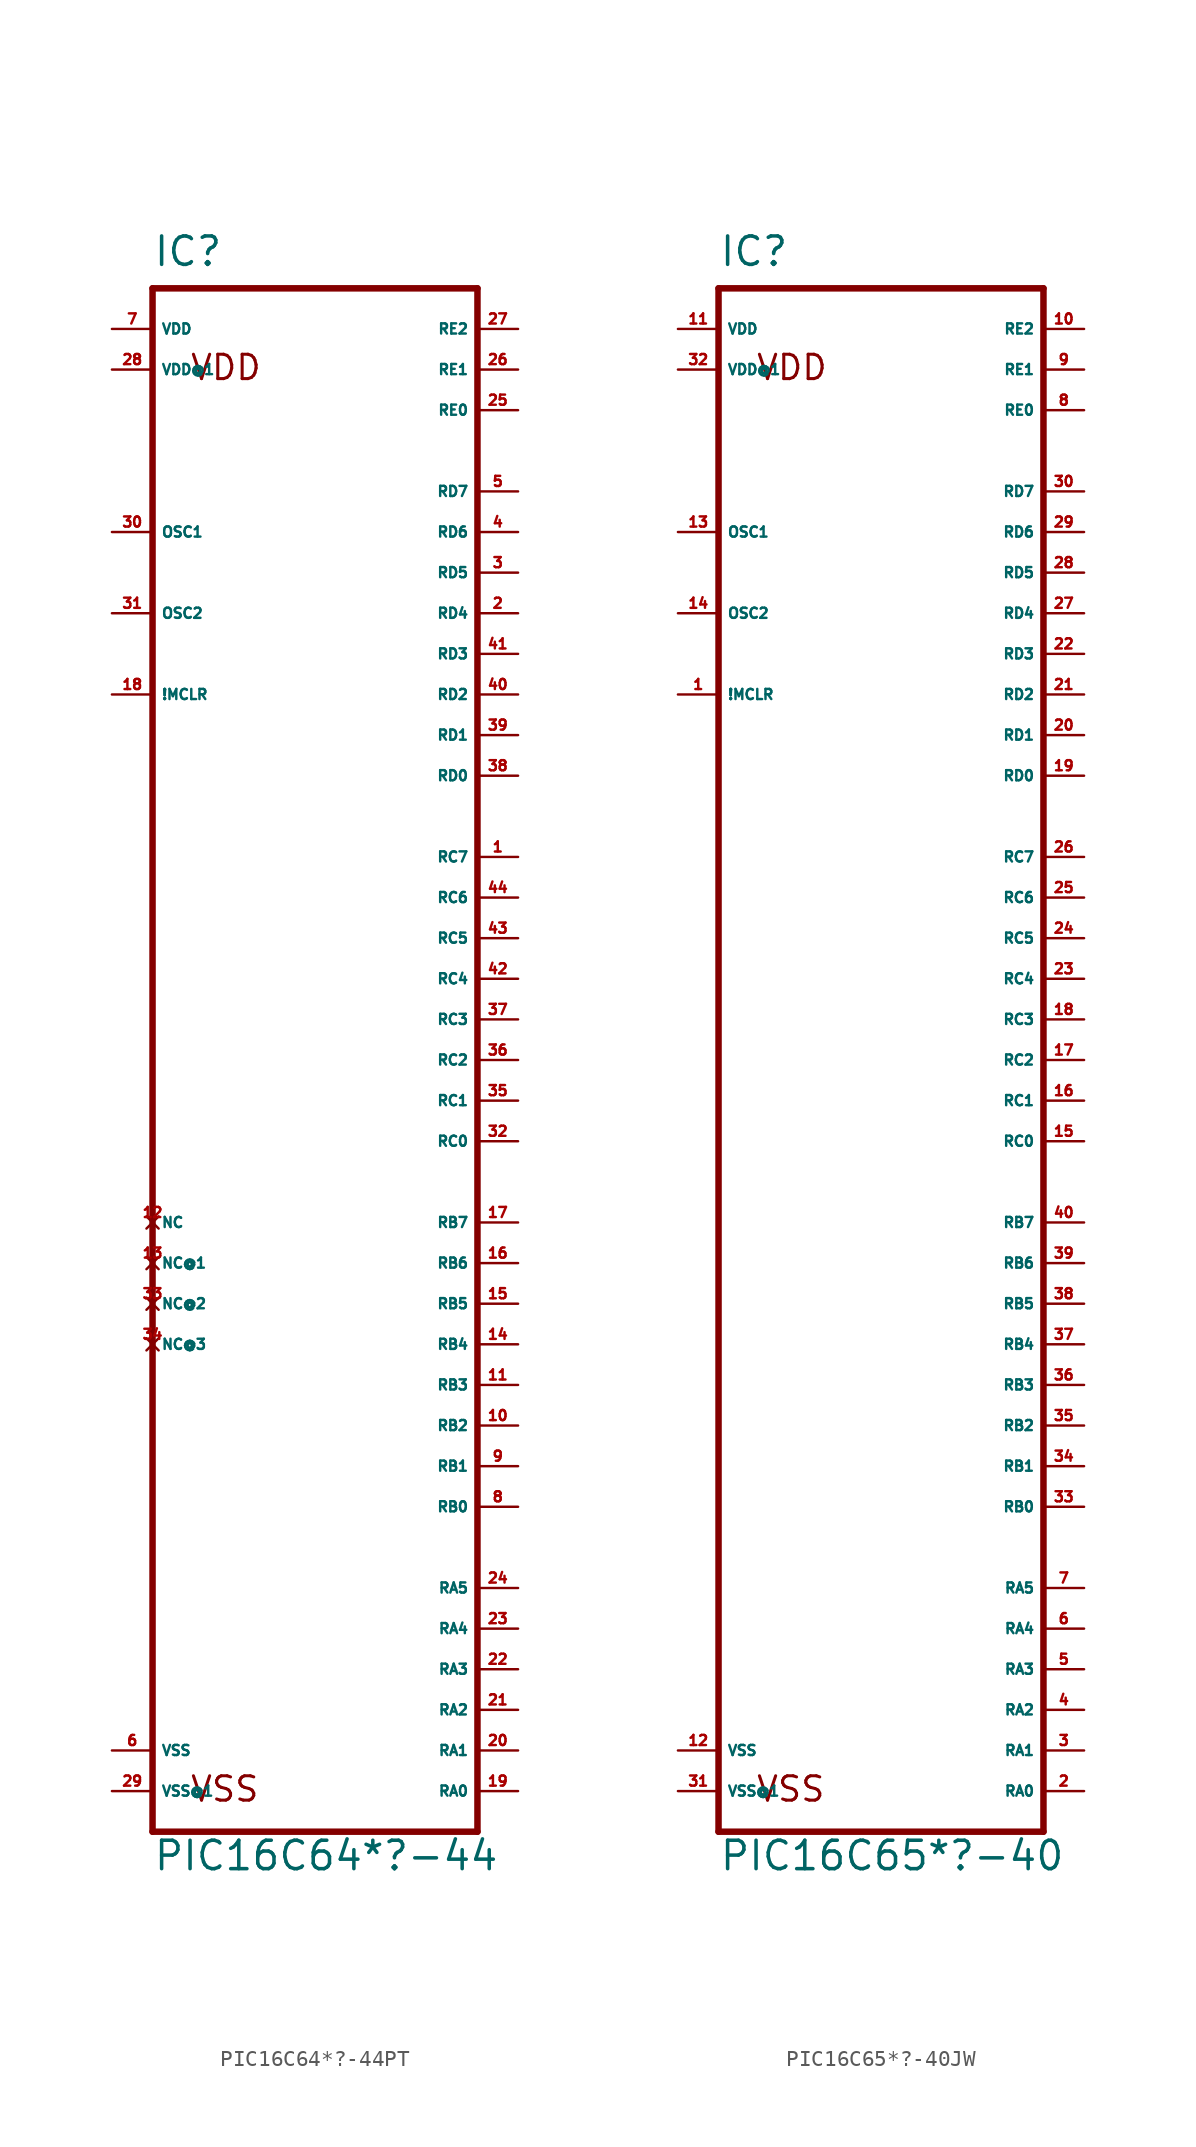
<source format=kicad_sym>
(kicad_symbol_lib
  (version 20220914)
  (generator Eagle2Kicad)
  (symbol "PIC16C64*?-44PT"
    (property "Reference" "IC"
      (at -10.16 44.45 0)
      (effects (font (size 1.778 1.778) (thickness 0.22)) (justify left bottom)))
    (property "Value" "PIC16C64*?-44"
      (at -10.16 -55.88 0)
      (effects (font (size 1.778 1.778) (thickness 0.22)) (justify left bottom)))
    (polyline
      (pts (xy -10.16 -53.34) (xy 10.16 -53.34))
      (stroke (width 0.406) (type default))
      (fill (type none)))
    (polyline
      (pts (xy 10.16 -53.34) (xy 10.16 43.18))
      (stroke (width 0.406) (type default))
      (fill (type none)))
    (polyline
      (pts (xy 10.16 43.18) (xy -10.16 43.18))
      (stroke (width 0.406) (type default))
      (fill (type none)))
    (polyline
      (pts (xy -10.16 43.18) (xy -10.16 -53.34))
      (stroke (width 0.406) (type default))
      (fill (type none)))
    (text "VDD"
      (at -7.874 37.338 0)
      (effects (font (size 1.524 1.524) (thickness 0.19)) (justify left bottom)))
    (text "VSS"
      (at -7.874 -51.562 0)
      (effects (font (size 1.524 1.524) (thickness 0.19)) (justify left bottom)))
    (pin input line
      (at -12.7 17.78 0)
      (length 2.54)
      (name "!MCLR" (effects (font (size 0.635 0.635) (thickness 0.08)) (justify left bottom)))
      (number "18" (effects (font (size 0.635 0.635) (thickness 0.08)) (justify left bottom))))
    (pin input line
      (at -12.7 27.94 0)
      (length 2.54)
      (name "OSC1" (effects (font (size 0.635 0.635) (thickness 0.08)) (justify left bottom)))
      (number "30" (effects (font (size 0.635 0.635) (thickness 0.08)) (justify left bottom))))
    (pin bidirectional line
      (at 12.7 -50.8 180)
      (length 2.54)
      (name "RA0" (effects (font (size 0.635 0.635) (thickness 0.08)) (justify left bottom)))
      (number "19" (effects (font (size 0.635 0.635) (thickness 0.08)) (justify left bottom))))
    (pin bidirectional line
      (at 12.7 -48.26 180)
      (length 2.54)
      (name "RA1" (effects (font (size 0.635 0.635) (thickness 0.08)) (justify left bottom)))
      (number "20" (effects (font (size 0.635 0.635) (thickness 0.08)) (justify left bottom))))
    (pin bidirectional line
      (at 12.7 -45.72 180)
      (length 2.54)
      (name "RA2" (effects (font (size 0.635 0.635) (thickness 0.08)) (justify left bottom)))
      (number "21" (effects (font (size 0.635 0.635) (thickness 0.08)) (justify left bottom))))
    (pin bidirectional line
      (at 12.7 -43.18 180)
      (length 2.54)
      (name "RA3" (effects (font (size 0.635 0.635) (thickness 0.08)) (justify left bottom)))
      (number "22" (effects (font (size 0.635 0.635) (thickness 0.08)) (justify left bottom))))
    (pin bidirectional line
      (at 12.7 -30.48 180)
      (length 2.54)
      (name "RB1" (effects (font (size 0.635 0.635) (thickness 0.08)) (justify left bottom)))
      (number "9" (effects (font (size 0.635 0.635) (thickness 0.08)) (justify left bottom))))
    (pin bidirectional line
      (at 12.7 -27.94 180)
      (length 2.54)
      (name "RB2" (effects (font (size 0.635 0.635) (thickness 0.08)) (justify left bottom)))
      (number "10" (effects (font (size 0.635 0.635) (thickness 0.08)) (justify left bottom))))
    (pin bidirectional line
      (at 12.7 -25.4 180)
      (length 2.54)
      (name "RB3" (effects (font (size 0.635 0.635) (thickness 0.08)) (justify left bottom)))
      (number "11" (effects (font (size 0.635 0.635) (thickness 0.08)) (justify left bottom))))
    (pin bidirectional line
      (at 12.7 -38.1 180)
      (length 2.54)
      (name "RA5" (effects (font (size 0.635 0.635) (thickness 0.08)) (justify left bottom)))
      (number "24" (effects (font (size 0.635 0.635) (thickness 0.08)) (justify left bottom))))
    (pin bidirectional line
      (at 12.7 -22.86 180)
      (length 2.54)
      (name "RB4" (effects (font (size 0.635 0.635) (thickness 0.08)) (justify left bottom)))
      (number "14" (effects (font (size 0.635 0.635) (thickness 0.08)) (justify left bottom))))
    (pin bidirectional line
      (at 12.7 -20.32 180)
      (length 2.54)
      (name "RB5" (effects (font (size 0.635 0.635) (thickness 0.08)) (justify left bottom)))
      (number "15" (effects (font (size 0.635 0.635) (thickness 0.08)) (justify left bottom))))
    (pin bidirectional line
      (at 12.7 -17.78 180)
      (length 2.54)
      (name "RB6" (effects (font (size 0.635 0.635) (thickness 0.08)) (justify left bottom)))
      (number "16" (effects (font (size 0.635 0.635) (thickness 0.08)) (justify left bottom))))
    (pin bidirectional line
      (at 12.7 -15.24 180)
      (length 2.54)
      (name "RB7" (effects (font (size 0.635 0.635) (thickness 0.08)) (justify left bottom)))
      (number "17" (effects (font (size 0.635 0.635) (thickness 0.08)) (justify left bottom))))
    (pin bidirectional line
      (at 12.7 -10.16 180)
      (length 2.54)
      (name "RC0" (effects (font (size 0.635 0.635) (thickness 0.08)) (justify left bottom)))
      (number "32" (effects (font (size 0.635 0.635) (thickness 0.08)) (justify left bottom))))
    (pin bidirectional line
      (at 12.7 -7.62 180)
      (length 2.54)
      (name "RC1" (effects (font (size 0.635 0.635) (thickness 0.08)) (justify left bottom)))
      (number "35" (effects (font (size 0.635 0.635) (thickness 0.08)) (justify left bottom))))
    (pin bidirectional line
      (at 12.7 -5.08 180)
      (length 2.54)
      (name "RC2" (effects (font (size 0.635 0.635) (thickness 0.08)) (justify left bottom)))
      (number "36" (effects (font (size 0.635 0.635) (thickness 0.08)) (justify left bottom))))
    (pin bidirectional line
      (at 12.7 -2.54 180)
      (length 2.54)
      (name "RC3" (effects (font (size 0.635 0.635) (thickness 0.08)) (justify left bottom)))
      (number "37" (effects (font (size 0.635 0.635) (thickness 0.08)) (justify left bottom))))
    (pin bidirectional line
      (at 12.7 12.7 180)
      (length 2.54)
      (name "RD0" (effects (font (size 0.635 0.635) (thickness 0.08)) (justify left bottom)))
      (number "38" (effects (font (size 0.635 0.635) (thickness 0.08)) (justify left bottom))))
    (pin bidirectional line
      (at 12.7 15.24 180)
      (length 2.54)
      (name "RD1" (effects (font (size 0.635 0.635) (thickness 0.08)) (justify left bottom)))
      (number "39" (effects (font (size 0.635 0.635) (thickness 0.08)) (justify left bottom))))
    (pin bidirectional line
      (at 12.7 17.78 180)
      (length 2.54)
      (name "RD2" (effects (font (size 0.635 0.635) (thickness 0.08)) (justify left bottom)))
      (number "40" (effects (font (size 0.635 0.635) (thickness 0.08)) (justify left bottom))))
    (pin bidirectional line
      (at 12.7 20.32 180)
      (length 2.54)
      (name "RD3" (effects (font (size 0.635 0.635) (thickness 0.08)) (justify left bottom)))
      (number "41" (effects (font (size 0.635 0.635) (thickness 0.08)) (justify left bottom))))
    (pin bidirectional line
      (at 12.7 22.86 180)
      (length 2.54)
      (name "RD4" (effects (font (size 0.635 0.635) (thickness 0.08)) (justify left bottom)))
      (number "2" (effects (font (size 0.635 0.635) (thickness 0.08)) (justify left bottom))))
    (pin bidirectional line
      (at 12.7 25.4 180)
      (length 2.54)
      (name "RD5" (effects (font (size 0.635 0.635) (thickness 0.08)) (justify left bottom)))
      (number "3" (effects (font (size 0.635 0.635) (thickness 0.08)) (justify left bottom))))
    (pin bidirectional line
      (at 12.7 27.94 180)
      (length 2.54)
      (name "RD6" (effects (font (size 0.635 0.635) (thickness 0.08)) (justify left bottom)))
      (number "4" (effects (font (size 0.635 0.635) (thickness 0.08)) (justify left bottom))))
    (pin bidirectional line
      (at 12.7 30.48 180)
      (length 2.54)
      (name "RD7" (effects (font (size 0.635 0.635) (thickness 0.08)) (justify left bottom)))
      (number "5" (effects (font (size 0.635 0.635) (thickness 0.08)) (justify left bottom))))
    (pin bidirectional line
      (at 12.7 35.56 180)
      (length 2.54)
      (name "RE0" (effects (font (size 0.635 0.635) (thickness 0.08)) (justify left bottom)))
      (number "25" (effects (font (size 0.635 0.635) (thickness 0.08)) (justify left bottom))))
    (pin bidirectional line
      (at 12.7 38.1 180)
      (length 2.54)
      (name "RE1" (effects (font (size 0.635 0.635) (thickness 0.08)) (justify left bottom)))
      (number "26" (effects (font (size 0.635 0.635) (thickness 0.08)) (justify left bottom))))
    (pin bidirectional line
      (at 12.7 40.64 180)
      (length 2.54)
      (name "RE2" (effects (font (size 0.635 0.635) (thickness 0.08)) (justify left bottom)))
      (number "27" (effects (font (size 0.635 0.635) (thickness 0.08)) (justify left bottom))))
    (pin no_connect line
      (at -10.16 -15.24 0)
      (length 0)
      (name "NC" (effects (font (size 0.635 0.635) (thickness 0.08)) (justify left bottom) hide))
      (number "12" (effects (font (size 0.635 0.635) (thickness 0.08)) (justify left bottom) hide)))
    (pin no_connect line
      (at -10.16 -17.78 0)
      (length 0)
      (name "NC@1" (effects (font (size 0.635 0.635) (thickness 0.08)) (justify left bottom) hide))
      (number "13" (effects (font (size 0.635 0.635) (thickness 0.08)) (justify left bottom) hide)))
    (pin no_connect line
      (at -10.16 -20.32 0)
      (length 0)
      (name "NC@2" (effects (font (size 0.635 0.635) (thickness 0.08)) (justify left bottom) hide))
      (number "33" (effects (font (size 0.635 0.635) (thickness 0.08)) (justify left bottom) hide)))
    (pin no_connect line
      (at -10.16 -22.86 0)
      (length 0)
      (name "NC@3" (effects (font (size 0.635 0.635) (thickness 0.08)) (justify left bottom) hide))
      (number "34" (effects (font (size 0.635 0.635) (thickness 0.08)) (justify left bottom) hide)))
    (pin unspecified line
      (at -12.7 40.64 0)
      (length 2.54)
      (name "VDD" (effects (font (size 0.635 0.635) (thickness 0.08)) (justify left bottom)))
      (number "7" (effects (font (size 0.635 0.635) (thickness 0.08)) (justify left bottom))))
    (pin unspecified line
      (at -12.7 38.1 0)
      (length 2.54)
      (name "VDD@1" (effects (font (size 0.635 0.635) (thickness 0.08)) (justify left bottom)))
      (number "28" (effects (font (size 0.635 0.635) (thickness 0.08)) (justify left bottom))))
    (pin unspecified line
      (at -12.7 -48.26 0)
      (length 2.54)
      (name "VSS" (effects (font (size 0.635 0.635) (thickness 0.08)) (justify left bottom)))
      (number "6" (effects (font (size 0.635 0.635) (thickness 0.08)) (justify left bottom))))
    (pin unspecified line
      (at -12.7 -50.8 0)
      (length 2.54)
      (name "VSS@1" (effects (font (size 0.635 0.635) (thickness 0.08)) (justify left bottom)))
      (number "29" (effects (font (size 0.635 0.635) (thickness 0.08)) (justify left bottom))))
    (pin bidirectional line
      (at 12.7 0 180)
      (length 2.54)
      (name "RC4" (effects (font (size 0.635 0.635) (thickness 0.08)) (justify left bottom)))
      (number "42" (effects (font (size 0.635 0.635) (thickness 0.08)) (justify left bottom))))
    (pin bidirectional line
      (at 12.7 2.54 180)
      (length 2.54)
      (name "RC5" (effects (font (size 0.635 0.635) (thickness 0.08)) (justify left bottom)))
      (number "43" (effects (font (size 0.635 0.635) (thickness 0.08)) (justify left bottom))))
    (pin bidirectional line
      (at 12.7 5.08 180)
      (length 2.54)
      (name "RC6" (effects (font (size 0.635 0.635) (thickness 0.08)) (justify left bottom)))
      (number "44" (effects (font (size 0.635 0.635) (thickness 0.08)) (justify left bottom))))
    (pin bidirectional line
      (at 12.7 7.62 180)
      (length 2.54)
      (name "RC7" (effects (font (size 0.635 0.635) (thickness 0.08)) (justify left bottom)))
      (number "1" (effects (font (size 0.635 0.635) (thickness 0.08)) (justify left bottom))))
    (pin output line
      (at -12.7 22.86 0)
      (length 2.54)
      (name "OSC2" (effects (font (size 0.635 0.635) (thickness 0.08)) (justify left bottom)))
      (number "31" (effects (font (size 0.635 0.635) (thickness 0.08)) (justify left bottom))))
    (pin bidirectional line
      (at 12.7 -33.02 180)
      (length 2.54)
      (name "RB0" (effects (font (size 0.635 0.635) (thickness 0.08)) (justify left bottom)))
      (number "8" (effects (font (size 0.635 0.635) (thickness 0.08)) (justify left bottom))))
    (pin bidirectional line
      (at 12.7 -40.64 180)
      (length 2.54)
      (name "RA4" (effects (font (size 0.635 0.635) (thickness 0.08)) (justify left bottom)))
      (number "23" (effects (font (size 0.635 0.635) (thickness 0.08)) (justify left bottom)))))
  (symbol "PIC16C65*?-40JW"
    (property "Reference" "IC"
      (at -10.16 49.53 0)
      (effects (font (size 1.778 1.778) (thickness 0.22)) (justify left bottom)))
    (property "Value" "PIC16C65*?-40"
      (at -10.16 -50.8 0)
      (effects (font (size 1.778 1.778) (thickness 0.22)) (justify left bottom)))
    (polyline
      (pts (xy -10.16 -48.26) (xy 10.16 -48.26))
      (stroke (width 0.406) (type default))
      (fill (type none)))
    (polyline
      (pts (xy 10.16 -48.26) (xy 10.16 48.26))
      (stroke (width 0.406) (type default))
      (fill (type none)))
    (polyline
      (pts (xy 10.16 48.26) (xy -10.16 48.26))
      (stroke (width 0.406) (type default))
      (fill (type none)))
    (polyline
      (pts (xy -10.16 48.26) (xy -10.16 -48.26))
      (stroke (width 0.406) (type default))
      (fill (type none)))
    (text "VDD"
      (at -7.874 42.418 0)
      (effects (font (size 1.524 1.524) (thickness 0.19)) (justify left bottom)))
    (text "VSS"
      (at -7.874 -46.482 0)
      (effects (font (size 1.524 1.524) (thickness 0.19)) (justify left bottom)))
    (pin input line
      (at -12.7 22.86 0)
      (length 2.54)
      (name "!MCLR" (effects (font (size 0.635 0.635) (thickness 0.08)) (justify left bottom)))
      (number "1" (effects (font (size 0.635 0.635) (thickness 0.08)) (justify left bottom))))
    (pin input line
      (at -12.7 33.02 0)
      (length 2.54)
      (name "OSC1" (effects (font (size 0.635 0.635) (thickness 0.08)) (justify left bottom)))
      (number "13" (effects (font (size 0.635 0.635) (thickness 0.08)) (justify left bottom))))
    (pin bidirectional line
      (at 12.7 -45.72 180)
      (length 2.54)
      (name "RA0" (effects (font (size 0.635 0.635) (thickness 0.08)) (justify left bottom)))
      (number "2" (effects (font (size 0.635 0.635) (thickness 0.08)) (justify left bottom))))
    (pin bidirectional line
      (at 12.7 -43.18 180)
      (length 2.54)
      (name "RA1" (effects (font (size 0.635 0.635) (thickness 0.08)) (justify left bottom)))
      (number "3" (effects (font (size 0.635 0.635) (thickness 0.08)) (justify left bottom))))
    (pin bidirectional line
      (at 12.7 -40.64 180)
      (length 2.54)
      (name "RA2" (effects (font (size 0.635 0.635) (thickness 0.08)) (justify left bottom)))
      (number "4" (effects (font (size 0.635 0.635) (thickness 0.08)) (justify left bottom))))
    (pin bidirectional line
      (at 12.7 -38.1 180)
      (length 2.54)
      (name "RA3" (effects (font (size 0.635 0.635) (thickness 0.08)) (justify left bottom)))
      (number "5" (effects (font (size 0.635 0.635) (thickness 0.08)) (justify left bottom))))
    (pin bidirectional line
      (at 12.7 -35.56 180)
      (length 2.54)
      (name "RA4" (effects (font (size 0.635 0.635) (thickness 0.08)) (justify left bottom)))
      (number "6" (effects (font (size 0.635 0.635) (thickness 0.08)) (justify left bottom))))
    (pin bidirectional line
      (at 12.7 -33.02 180)
      (length 2.54)
      (name "RA5" (effects (font (size 0.635 0.635) (thickness 0.08)) (justify left bottom)))
      (number "7" (effects (font (size 0.635 0.635) (thickness 0.08)) (justify left bottom))))
    (pin bidirectional line
      (at 12.7 -27.94 180)
      (length 2.54)
      (name "RB0" (effects (font (size 0.635 0.635) (thickness 0.08)) (justify left bottom)))
      (number "33" (effects (font (size 0.635 0.635) (thickness 0.08)) (justify left bottom))))
    (pin bidirectional line
      (at 12.7 -25.4 180)
      (length 2.54)
      (name "RB1" (effects (font (size 0.635 0.635) (thickness 0.08)) (justify left bottom)))
      (number "34" (effects (font (size 0.635 0.635) (thickness 0.08)) (justify left bottom))))
    (pin bidirectional line
      (at 12.7 -22.86 180)
      (length 2.54)
      (name "RB2" (effects (font (size 0.635 0.635) (thickness 0.08)) (justify left bottom)))
      (number "35" (effects (font (size 0.635 0.635) (thickness 0.08)) (justify left bottom))))
    (pin bidirectional line
      (at 12.7 -20.32 180)
      (length 2.54)
      (name "RB3" (effects (font (size 0.635 0.635) (thickness 0.08)) (justify left bottom)))
      (number "36" (effects (font (size 0.635 0.635) (thickness 0.08)) (justify left bottom))))
    (pin bidirectional line
      (at 12.7 -17.78 180)
      (length 2.54)
      (name "RB4" (effects (font (size 0.635 0.635) (thickness 0.08)) (justify left bottom)))
      (number "37" (effects (font (size 0.635 0.635) (thickness 0.08)) (justify left bottom))))
    (pin bidirectional line
      (at 12.7 -15.24 180)
      (length 2.54)
      (name "RB5" (effects (font (size 0.635 0.635) (thickness 0.08)) (justify left bottom)))
      (number "38" (effects (font (size 0.635 0.635) (thickness 0.08)) (justify left bottom))))
    (pin bidirectional line
      (at 12.7 -12.7 180)
      (length 2.54)
      (name "RB6" (effects (font (size 0.635 0.635) (thickness 0.08)) (justify left bottom)))
      (number "39" (effects (font (size 0.635 0.635) (thickness 0.08)) (justify left bottom))))
    (pin output line
      (at 12.7 -5.08 180)
      (length 2.54)
      (name "RC0" (effects (font (size 0.635 0.635) (thickness 0.08)) (justify left bottom)))
      (number "15" (effects (font (size 0.635 0.635) (thickness 0.08)) (justify left bottom))))
    (pin output line
      (at 12.7 -2.54 180)
      (length 2.54)
      (name "RC1" (effects (font (size 0.635 0.635) (thickness 0.08)) (justify left bottom)))
      (number "16" (effects (font (size 0.635 0.635) (thickness 0.08)) (justify left bottom))))
    (pin output line
      (at 12.7 0 180)
      (length 2.54)
      (name "RC2" (effects (font (size 0.635 0.635) (thickness 0.08)) (justify left bottom)))
      (number "17" (effects (font (size 0.635 0.635) (thickness 0.08)) (justify left bottom))))
    (pin output line
      (at 12.7 2.54 180)
      (length 2.54)
      (name "RC3" (effects (font (size 0.635 0.635) (thickness 0.08)) (justify left bottom)))
      (number "18" (effects (font (size 0.635 0.635) (thickness 0.08)) (justify left bottom))))
    (pin output line
      (at 12.7 5.08 180)
      (length 2.54)
      (name "RC4" (effects (font (size 0.635 0.635) (thickness 0.08)) (justify left bottom)))
      (number "23" (effects (font (size 0.635 0.635) (thickness 0.08)) (justify left bottom))))
    (pin output line
      (at 12.7 7.62 180)
      (length 2.54)
      (name "RC5" (effects (font (size 0.635 0.635) (thickness 0.08)) (justify left bottom)))
      (number "24" (effects (font (size 0.635 0.635) (thickness 0.08)) (justify left bottom))))
    (pin output line
      (at 12.7 10.16 180)
      (length 2.54)
      (name "RC6" (effects (font (size 0.635 0.635) (thickness 0.08)) (justify left bottom)))
      (number "25" (effects (font (size 0.635 0.635) (thickness 0.08)) (justify left bottom))))
    (pin output line
      (at 12.7 12.7 180)
      (length 2.54)
      (name "RC7" (effects (font (size 0.635 0.635) (thickness 0.08)) (justify left bottom)))
      (number "26" (effects (font (size 0.635 0.635) (thickness 0.08)) (justify left bottom))))
    (pin bidirectional line
      (at 12.7 -10.16 180)
      (length 2.54)
      (name "RB7" (effects (font (size 0.635 0.635) (thickness 0.08)) (justify left bottom)))
      (number "40" (effects (font (size 0.635 0.635) (thickness 0.08)) (justify left bottom))))
    (pin bidirectional line
      (at 12.7 17.78 180)
      (length 2.54)
      (name "RD0" (effects (font (size 0.635 0.635) (thickness 0.08)) (justify left bottom)))
      (number "19" (effects (font (size 0.635 0.635) (thickness 0.08)) (justify left bottom))))
    (pin bidirectional line
      (at 12.7 20.32 180)
      (length 2.54)
      (name "RD1" (effects (font (size 0.635 0.635) (thickness 0.08)) (justify left bottom)))
      (number "20" (effects (font (size 0.635 0.635) (thickness 0.08)) (justify left bottom))))
    (pin bidirectional line
      (at 12.7 22.86 180)
      (length 2.54)
      (name "RD2" (effects (font (size 0.635 0.635) (thickness 0.08)) (justify left bottom)))
      (number "21" (effects (font (size 0.635 0.635) (thickness 0.08)) (justify left bottom))))
    (pin bidirectional line
      (at 12.7 25.4 180)
      (length 2.54)
      (name "RD3" (effects (font (size 0.635 0.635) (thickness 0.08)) (justify left bottom)))
      (number "22" (effects (font (size 0.635 0.635) (thickness 0.08)) (justify left bottom))))
    (pin bidirectional line
      (at 12.7 27.94 180)
      (length 2.54)
      (name "RD4" (effects (font (size 0.635 0.635) (thickness 0.08)) (justify left bottom)))
      (number "27" (effects (font (size 0.635 0.635) (thickness 0.08)) (justify left bottom))))
    (pin bidirectional line
      (at 12.7 30.48 180)
      (length 2.54)
      (name "RD5" (effects (font (size 0.635 0.635) (thickness 0.08)) (justify left bottom)))
      (number "28" (effects (font (size 0.635 0.635) (thickness 0.08)) (justify left bottom))))
    (pin bidirectional line
      (at 12.7 33.02 180)
      (length 2.54)
      (name "RD6" (effects (font (size 0.635 0.635) (thickness 0.08)) (justify left bottom)))
      (number "29" (effects (font (size 0.635 0.635) (thickness 0.08)) (justify left bottom))))
    (pin bidirectional line
      (at 12.7 35.56 180)
      (length 2.54)
      (name "RD7" (effects (font (size 0.635 0.635) (thickness 0.08)) (justify left bottom)))
      (number "30" (effects (font (size 0.635 0.635) (thickness 0.08)) (justify left bottom))))
    (pin output line
      (at -12.7 27.94 0)
      (length 2.54)
      (name "OSC2" (effects (font (size 0.635 0.635) (thickness 0.08)) (justify left bottom)))
      (number "14" (effects (font (size 0.635 0.635) (thickness 0.08)) (justify left bottom))))
    (pin unspecified line
      (at -12.7 -45.72 0)
      (length 2.54)
      (name "VSS@1" (effects (font (size 0.635 0.635) (thickness 0.08)) (justify left bottom)))
      (number "31" (effects (font (size 0.635 0.635) (thickness 0.08)) (justify left bottom))))
    (pin unspecified line
      (at -12.7 -43.18 0)
      (length 2.54)
      (name "VSS" (effects (font (size 0.635 0.635) (thickness 0.08)) (justify left bottom)))
      (number "12" (effects (font (size 0.635 0.635) (thickness 0.08)) (justify left bottom))))
    (pin unspecified line
      (at -12.7 43.18 0)
      (length 2.54)
      (name "VDD@1" (effects (font (size 0.635 0.635) (thickness 0.08)) (justify left bottom)))
      (number "32" (effects (font (size 0.635 0.635) (thickness 0.08)) (justify left bottom))))
    (pin unspecified line
      (at -12.7 45.72 0)
      (length 2.54)
      (name "VDD" (effects (font (size 0.635 0.635) (thickness 0.08)) (justify left bottom)))
      (number "11" (effects (font (size 0.635 0.635) (thickness 0.08)) (justify left bottom))))
    (pin bidirectional line
      (at 12.7 40.64 180)
      (length 2.54)
      (name "RE0" (effects (font (size 0.635 0.635) (thickness 0.08)) (justify left bottom)))
      (number "8" (effects (font (size 0.635 0.635) (thickness 0.08)) (justify left bottom))))
    (pin bidirectional line
      (at 12.7 43.18 180)
      (length 2.54)
      (name "RE1" (effects (font (size 0.635 0.635) (thickness 0.08)) (justify left bottom)))
      (number "9" (effects (font (size 0.635 0.635) (thickness 0.08)) (justify left bottom))))
    (pin bidirectional line
      (at 12.7 45.72 180)
      (length 2.54)
      (name "RE2" (effects (font (size 0.635 0.635) (thickness 0.08)) (justify left bottom)))
      (number "10" (effects (font (size 0.635 0.635) (thickness 0.08)) (justify left bottom))))))
</source>
